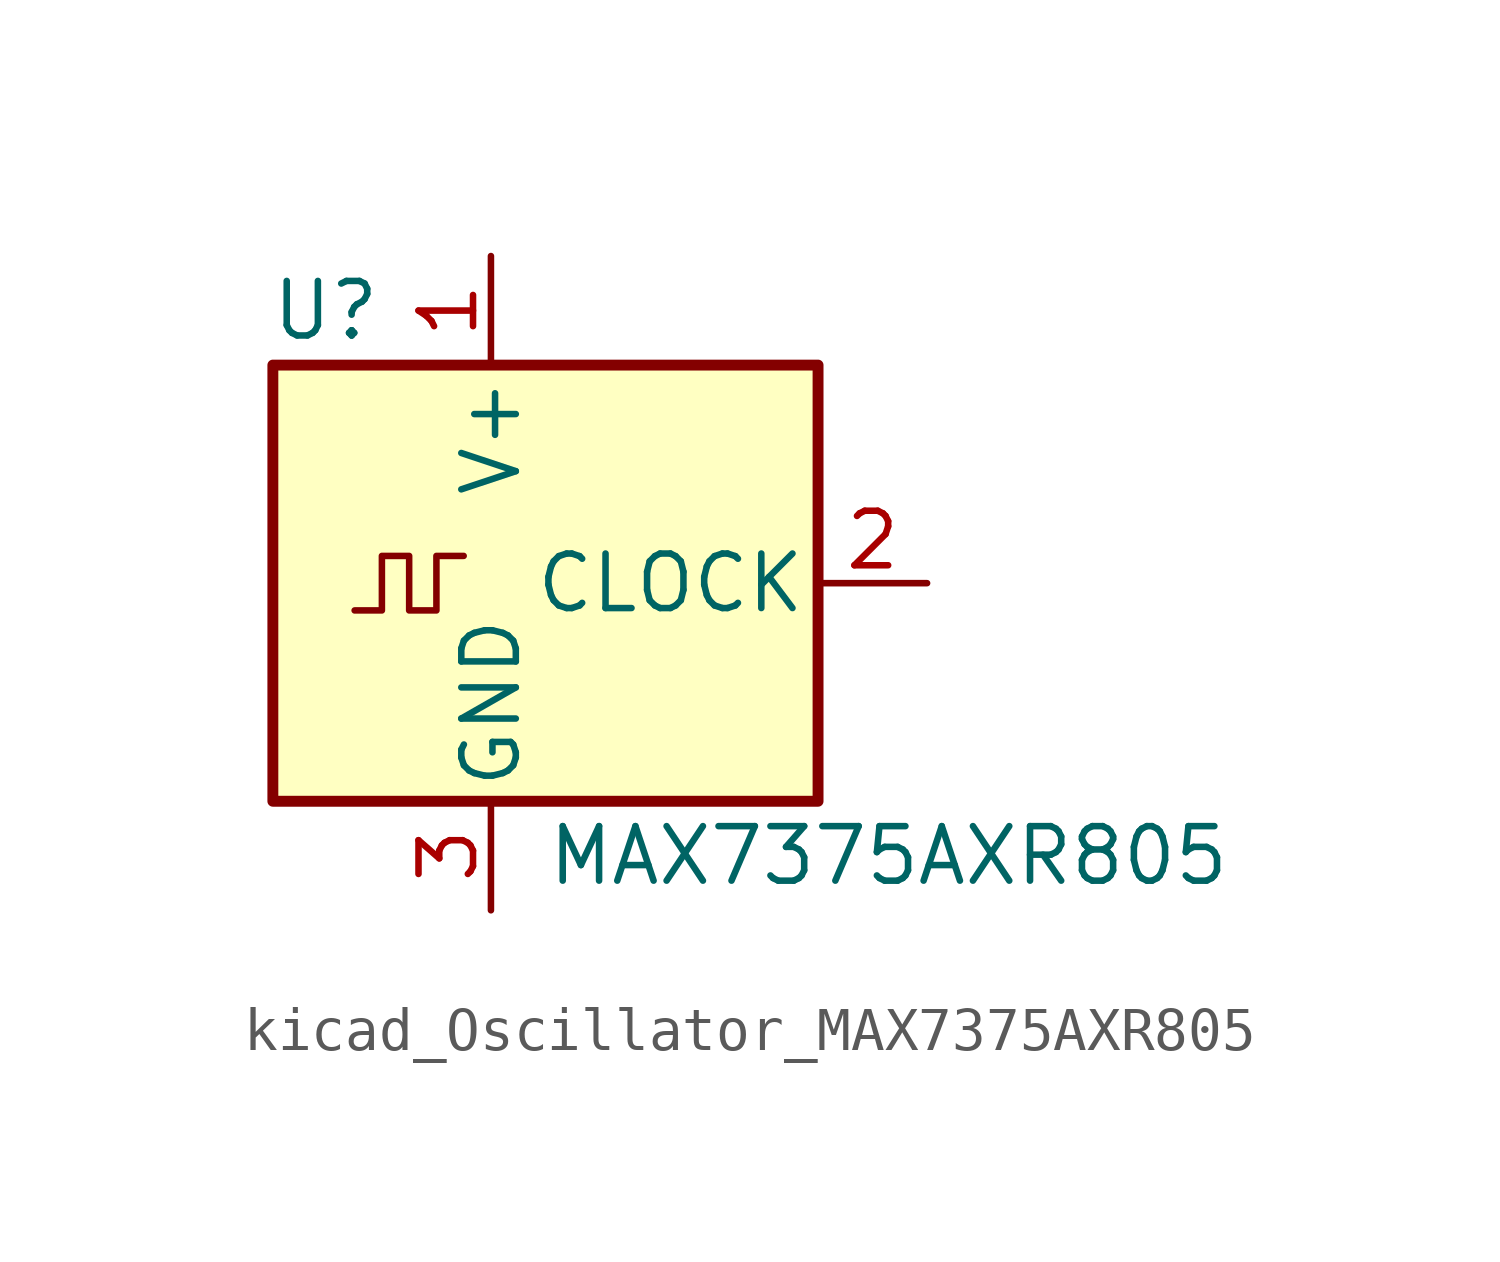
<source format=kicad_sym>
(kicad_symbol_lib
  (version 20220914)
  (generator kicad_symbol_editor)
  (symbol "kicad_Oscillator_MAX7375AXR805"
    (pin_names
      (offset 0.254))
    (property "Reference" "U"
      (at -2.54 6.35 0)
      (effects (font (size 1.27 1.27)) (justify right)))
    (property "Value" "MAX7375AXR805"
      (at 1.27 -6.35 0)
      (effects (font (size 1.27 1.27)) (justify left)))
    (symbol "kicad_Oscillator_MAX7375AXR805_0_1"
      (rectangle (start -5.08 5.08) (end 7.62 -5.08) (stroke (width 0.254) (type default)) (fill (type background)))
      (polyline (pts (xy -3.175 -0.635) (xy -2.54 -0.635) (xy -2.54 0.635) (xy -1.905 0.635) (xy -1.905 -0.635) (xy -1.27 -0.635) (xy -1.27 0.635) (xy -0.635 0.635)) (stroke (width 0) (type default)) (fill (type none))))
    (symbol "kicad_Oscillator_MAX7375AXR805_1_1"
      (pin power_in line (at 0 7.62 270) (length 2.54) (name "V+" (effects (font (size 1.27 1.27)))) (number "1" (effects (font (size 1.27 1.27)))))
      (pin output line (at 10.16 0 180) (length 2.54) (name "CLOCK" (effects (font (size 1.27 1.27)))) (number "2" (effects (font (size 1.27 1.27)))))
      (pin power_in line (at 0 -7.62 90) (length 2.54) (name "GND" (effects (font (size 1.27 1.27)))) (number "3" (effects (font (size 1.27 1.27))))))))
</source>
